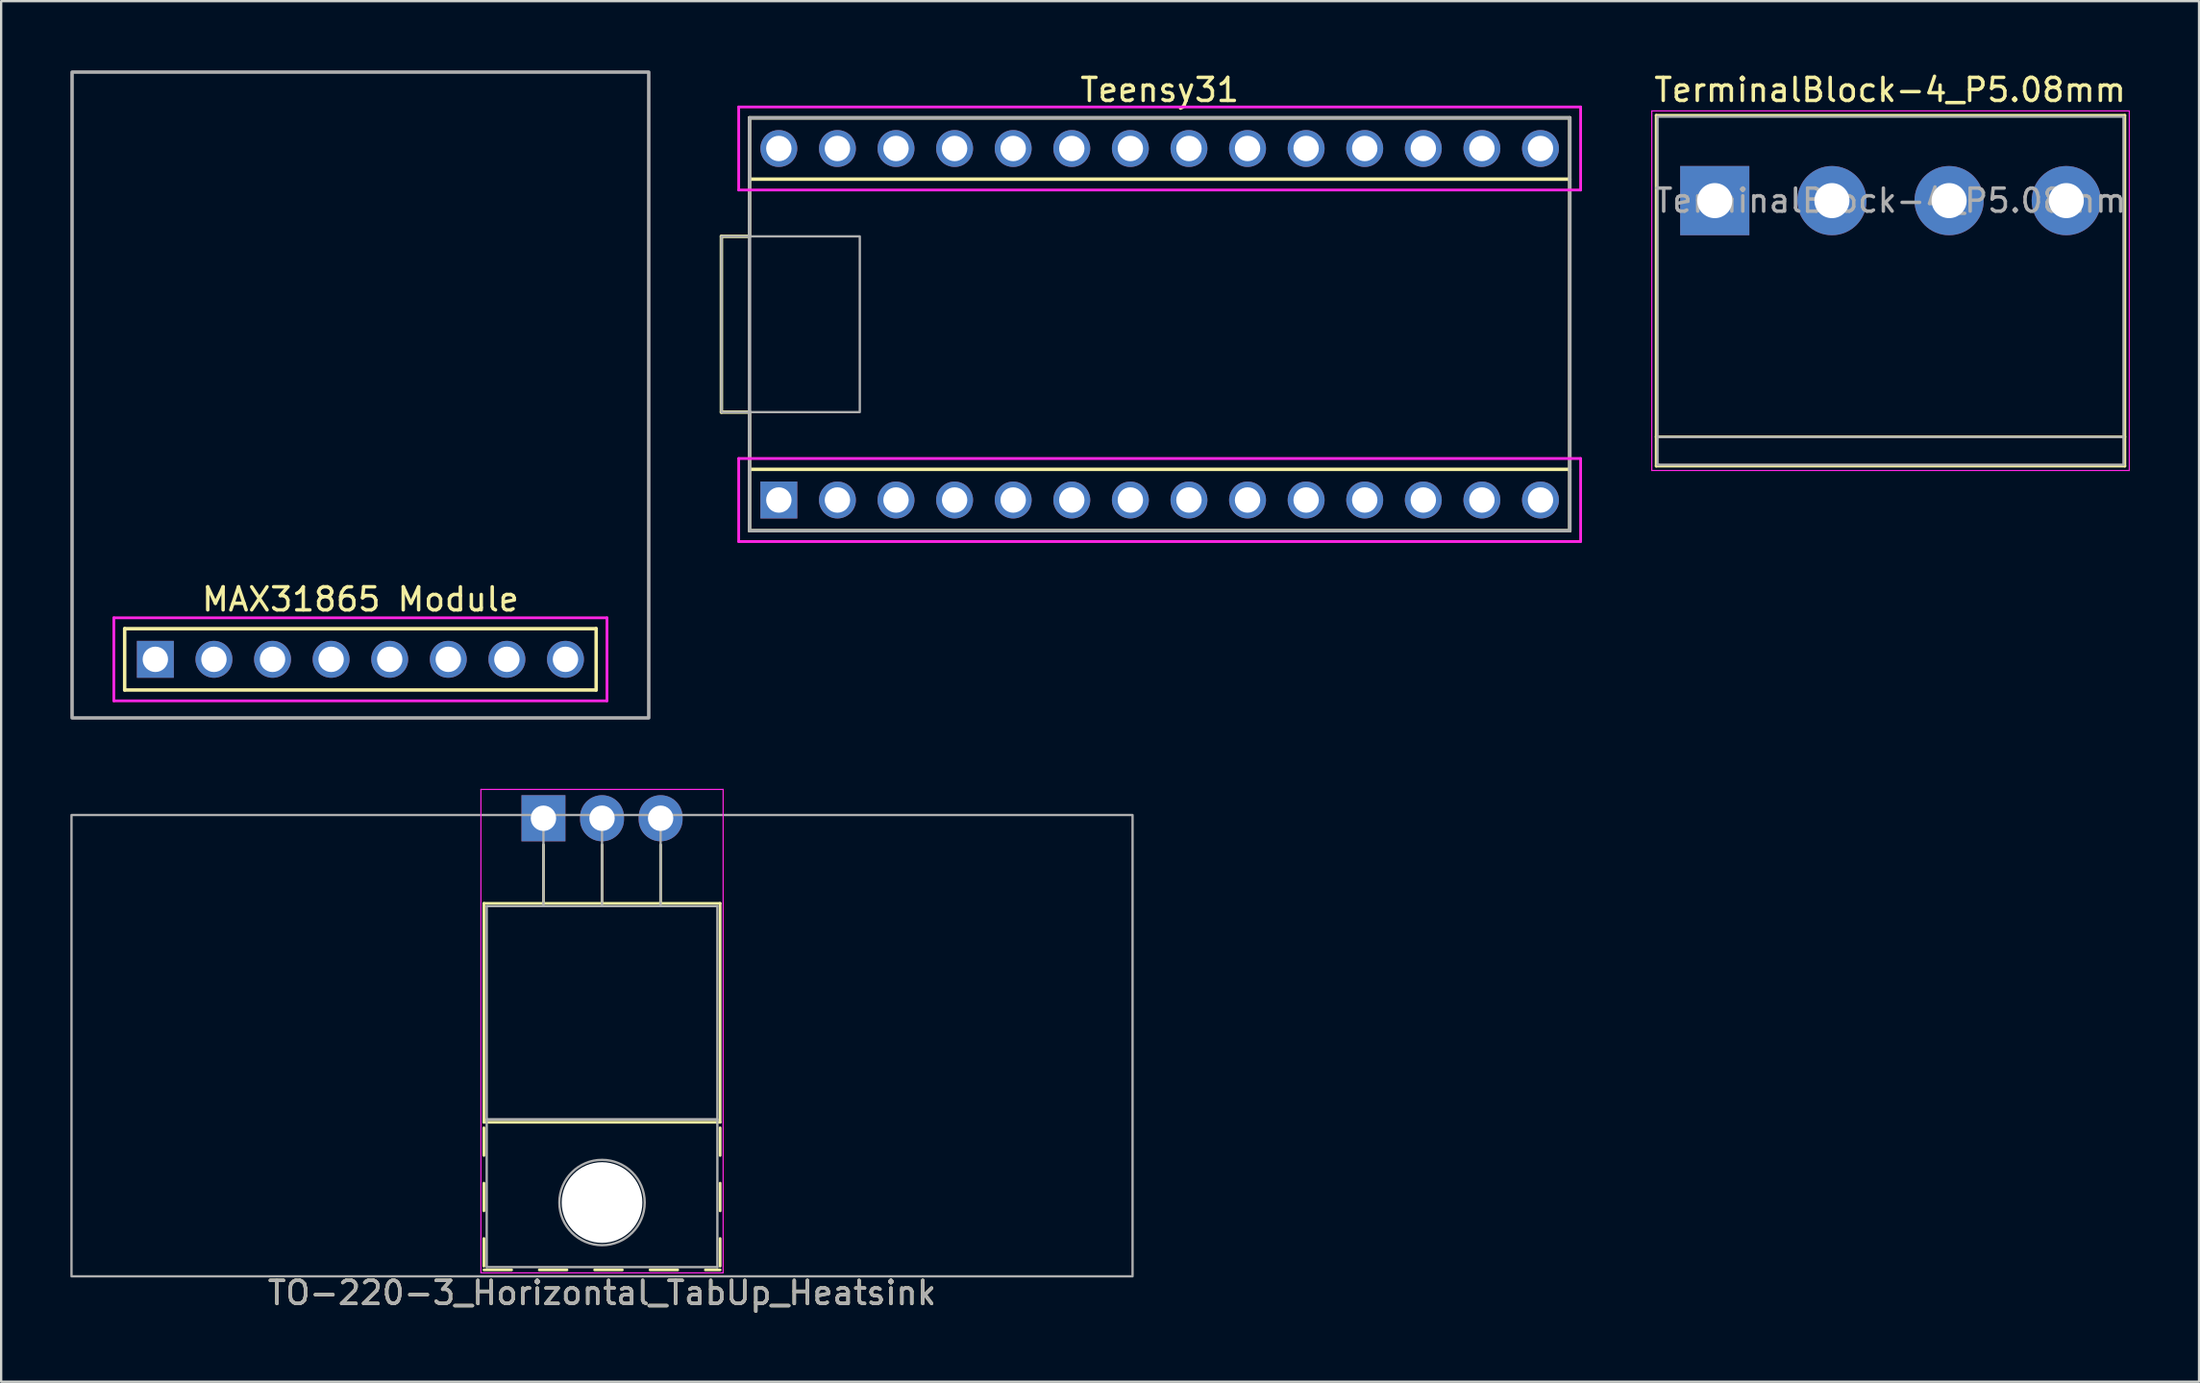
<source format=kicad_pcb>
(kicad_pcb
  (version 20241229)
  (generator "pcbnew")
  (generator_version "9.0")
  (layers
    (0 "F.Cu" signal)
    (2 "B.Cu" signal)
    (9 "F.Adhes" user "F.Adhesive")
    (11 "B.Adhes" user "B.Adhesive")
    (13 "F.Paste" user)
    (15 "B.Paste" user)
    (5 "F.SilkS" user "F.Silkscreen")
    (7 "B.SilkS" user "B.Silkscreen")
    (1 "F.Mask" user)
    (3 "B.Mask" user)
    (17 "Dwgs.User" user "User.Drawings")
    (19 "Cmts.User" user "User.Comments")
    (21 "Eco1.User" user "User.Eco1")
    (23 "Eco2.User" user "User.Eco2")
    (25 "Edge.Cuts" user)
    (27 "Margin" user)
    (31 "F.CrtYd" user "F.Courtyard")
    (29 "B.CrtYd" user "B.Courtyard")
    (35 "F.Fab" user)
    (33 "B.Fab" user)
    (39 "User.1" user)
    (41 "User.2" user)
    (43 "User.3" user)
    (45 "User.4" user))
  (footprint "Teensy31"
    (layer "F.Cu")
    (at 47.225 11.008)
    (property "Reference" "Teensy31" (at 0 -10.16 180) (layer "F.SilkS") (effects (font (size 1 1) (thickness 0.15))))
    (attr through_hole)
    (fp_line (start -19 -3.81) (end -19 3.81) (stroke (width 0.15) (type solid)) (layer "F.SilkS"))
    (fp_line (start -19 3.81) (end -17.78 3.81) (stroke (width 0.15) (type solid)) (layer "F.SilkS"))
    (fp_line (start -17.78 -8.95) (end -17.78 -6.29) (stroke (width 0.15) (type solid)) (layer "F.SilkS"))
    (fp_line (start -17.78 -8.95) (end 17.78 -8.95) (stroke (width 0.15) (type solid)) (layer "F.SilkS"))
    (fp_line (start -17.78 -6.29) (end -17.78 -3.81) (stroke (width 0.15) (type solid)) (layer "F.SilkS"))
    (fp_line (start -17.78 -6.29) (end 17.78 -6.29) (stroke (width 0.15) (type solid)) (layer "F.SilkS"))
    (fp_line (start -17.78 -3.81) (end -19 -3.81) (stroke (width 0.15) (type solid)) (layer "F.SilkS"))
    (fp_line (start -17.78 3.81) (end -17.78 6.29) (stroke (width 0.15) (type solid)) (layer "F.SilkS"))
    (fp_line (start -17.78 8.95) (end -17.78 6.29) (stroke (width 0.15) (type solid)) (layer "F.SilkS"))
    (fp_line (start 17.78 -8.95) (end 17.78 -6.29) (stroke (width 0.15) (type solid)) (layer "F.SilkS"))
    (fp_line (start 17.78 -6.29) (end 17.78 6.29) (stroke (width 0.15) (type solid)) (layer "F.SilkS"))
    (fp_line (start 17.78 6.29) (end -17.78 6.29) (stroke (width 0.15) (type solid)) (layer "F.SilkS"))
    (fp_line (start 17.78 6.29) (end 17.78 8.95) (stroke (width 0.15) (type solid)) (layer "F.SilkS"))
    (fp_line (start 17.78 8.95) (end -17.78 8.95) (stroke (width 0.15) (type solid)) (layer "F.SilkS"))
    (fp_line (start -18.25 -9.42) (end 18.25 -9.42) (stroke (width 0.12) (type solid)) (layer "F.CrtYd"))
    (fp_line (start -18.25 -5.82) (end -18.25 -9.42) (stroke (width 0.12) (type solid)) (layer "F.CrtYd"))
    (fp_line (start -18.25 -5.82) (end 18.25 -5.82) (stroke (width 0.12) (type solid)) (layer "F.CrtYd"))
    (fp_line (start -18.25 5.82) (end 18.25 5.82) (stroke (width 0.12) (type solid)) (layer "F.CrtYd"))
    (fp_line (start -18.25 9.42) (end -18.25 5.82) (stroke (width 0.12) (type solid)) (layer "F.CrtYd"))
    (fp_line (start -18.25 9.42) (end 18.25 9.42) (stroke (width 0.12) (type solid)) (layer "F.CrtYd"))
    (fp_line (start 18.25 -5.82) (end 18.25 -9.42) (stroke (width 0.12) (type solid)) (layer "F.CrtYd"))
    (fp_line (start 18.25 9.42) (end 18.25 5.82) (stroke (width 0.12) (type solid)) (layer "F.CrtYd"))
    (fp_rect (start -19 -3.81) (end -13 3.81) (stroke (width 0.1) (type solid)) (fill no) (layer "F.Fab"))
    (fp_rect (start -17.78 8.95) (end 17.78 -8.95) (stroke (width 0.15) (type solid)) (fill no) (layer "F.Fab"))
    (pad "1" thru_hole rect (at -16.51 7.62) (size 1.6 1.6) (drill 1.1) (layers "*.Cu" "*.Mask"))
    (pad "2" thru_hole circle (at -13.97 7.62) (size 1.6 1.6) (drill 1.1) (layers "*.Cu" "*.Mask"))
    (pad "3" thru_hole circle (at -11.43 7.62) (size 1.6 1.6) (drill 1.1) (layers "*.Cu" "*.Mask"))
    (pad "4" thru_hole circle (at -8.89 7.62) (size 1.6 1.6) (drill 1.1) (layers "*.Cu" "*.Mask"))
    (pad "5" thru_hole circle (at -6.35 7.62) (size 1.6 1.6) (drill 1.1) (layers "*.Cu" "*.Mask"))
    (pad "6" thru_hole circle (at -3.81 7.62) (size 1.6 1.6) (drill 1.1) (layers "*.Cu" "*.Mask"))
    (pad "7" thru_hole circle (at -1.27 7.62) (size 1.6 1.6) (drill 1.1) (layers "*.Cu" "*.Mask"))
    (pad "8" thru_hole circle (at 1.27 7.62) (size 1.6 1.6) (drill 1.1) (layers "*.Cu" "*.Mask"))
    (pad "9" thru_hole circle (at 3.81 7.62) (size 1.6 1.6) (drill 1.1) (layers "*.Cu" "*.Mask"))
    (pad "10" thru_hole circle (at 6.35 7.62) (size 1.6 1.6) (drill 1.1) (layers "*.Cu" "*.Mask"))
    (pad "11" thru_hole circle (at 8.89 7.62) (size 1.6 1.6) (drill 1.1) (layers "*.Cu" "*.Mask"))
    (pad "12" thru_hole circle (at 11.43 7.62) (size 1.6 1.6) (drill 1.1) (layers "*.Cu" "*.Mask"))
    (pad "13" thru_hole circle (at 13.97 7.62) (size 1.6 1.6) (drill 1.1) (layers "*.Cu" "*.Mask"))
    (pad "14" thru_hole circle (at 16.51 7.62) (size 1.6 1.6) (drill 1.1) (layers "*.Cu" "*.Mask"))
    (pad "15" thru_hole circle (at 16.51 -7.62) (size 1.6 1.6) (drill 1.1) (layers "*.Cu" "*.Mask"))
    (pad "16" thru_hole circle (at 13.97 -7.62) (size 1.6 1.6) (drill 1.1) (layers "*.Cu" "*.Mask"))
    (pad "17" thru_hole circle (at 11.43 -7.62) (size 1.6 1.6) (drill 1.1) (layers "*.Cu" "*.Mask"))
    (pad "18" thru_hole circle (at 8.89 -7.62) (size 1.6 1.6) (drill 1.1) (layers "*.Cu" "*.Mask"))
    (pad "19" thru_hole circle (at 6.35 -7.62) (size 1.6 1.6) (drill 1.1) (layers "*.Cu" "*.Mask"))
    (pad "20" thru_hole circle (at 3.81 -7.62) (size 1.6 1.6) (drill 1.1) (layers "*.Cu" "*.Mask"))
    (pad "21" thru_hole circle (at 1.27 -7.62) (size 1.6 1.6) (drill 1.1) (layers "*.Cu" "*.Mask"))
    (pad "22" thru_hole circle (at -1.27 -7.62) (size 1.6 1.6) (drill 1.1) (layers "*.Cu" "*.Mask"))
    (pad "23" thru_hole circle (at -3.81 -7.62) (size 1.6 1.6) (drill 1.1) (layers "*.Cu" "*.Mask"))
    (pad "24" thru_hole circle (at -6.35 -7.62) (size 1.6 1.6) (drill 1.1) (layers "*.Cu" "*.Mask"))
    (pad "25" thru_hole circle (at -8.89 -7.62) (size 1.6 1.6) (drill 1.1) (layers "*.Cu" "*.Mask"))
    (pad "26" thru_hole circle (at -11.43 -7.62) (size 1.6 1.6) (drill 1.1) (layers "*.Cu" "*.Mask"))
    (pad "27" thru_hole circle (at -13.97 -7.62) (size 1.6 1.6) (drill 1.1) (layers "*.Cu" "*.Mask"))
    (pad "28" thru_hole circle (at -16.51 -7.62) (size 1.6 1.6) (drill 1.1) (layers "*.Cu" "*.Mask")))
  (footprint "MAX31865 Module"
    (layer "F.Cu")
    (at 12.575 25.535)
    (property "Reference" "MAX31865 Module" (at 0 -2.6 180) (layer "F.SilkS") (effects (font (size 1 1) (thickness 0.15))))
    (attr through_hole)
    (fp_line (start -10.22 -1.33) (end -10.22 1.33) (stroke (width 0.15) (type solid)) (layer "F.SilkS"))
    (fp_line (start -10.22 -1.33) (end 10.22 -1.33) (stroke (width 0.15) (type solid)) (layer "F.SilkS"))
    (fp_line (start -10.22 1.33) (end 10.22 1.33) (stroke (width 0.15) (type solid)) (layer "F.SilkS"))
    (fp_line (start 10.22 1.33) (end 10.22 -1.33) (stroke (width 0.15) (type solid)) (layer "F.SilkS"))
    (fp_line (start -10.69 -1.8) (end -10.69 1.8) (stroke (width 0.12) (type solid)) (layer "F.CrtYd"))
    (fp_line (start -10.69 -1.8) (end 10.69 -1.8) (stroke (width 0.12) (type solid)) (layer "F.CrtYd"))
    (fp_line (start -10.69 1.8) (end 10.69 1.8) (stroke (width 0.12) (type solid)) (layer "F.CrtYd"))
    (fp_line (start 10.69 1.8) (end 10.69 -1.8) (stroke (width 0.12) (type solid)) (layer "F.CrtYd"))
    (fp_rect (start -12.5 -25.46) (end 12.5 2.54) (stroke (width 0.15) (type solid)) (fill no) (layer "F.Fab"))
    (pad "1" thru_hole rect (at -8.89 0) (size 1.6 1.6) (drill 1.1) (layers "*.Cu" "*.Mask"))
    (pad "2" thru_hole circle (at -6.35 0) (size 1.6 1.6) (drill 1.1) (layers "*.Cu" "*.Mask"))
    (pad "3" thru_hole circle (at -3.81 0) (size 1.6 1.6) (drill 1.1) (layers "*.Cu" "*.Mask"))
    (pad "4" thru_hole circle (at -1.27 0) (size 1.6 1.6) (drill 1.1) (layers "*.Cu" "*.Mask"))
    (pad "5" thru_hole circle (at 1.27 0) (size 1.6 1.6) (drill 1.1) (layers "*.Cu" "*.Mask"))
    (pad "6" thru_hole circle (at 3.81 0) (size 1.6 1.6) (drill 1.1) (layers "*.Cu" "*.Mask"))
    (pad "7" thru_hole circle (at 6.35 0) (size 1.6 1.6) (drill 1.1) (layers "*.Cu" "*.Mask"))
    (pad "8" thru_hole circle (at 8.89 0) (size 1.6 1.6) (drill 1.1) (layers "*.Cu" "*.Mask")))
  (footprint "TerminalBlock-4_P5.08mm"
    (layer "F.Cu")
    (at 71.29 5.648)
    (property "Reference" "TerminalBlock-4_P5.08mm" (at 7.6 -4.8 0) (layer "F.SilkS") (effects (font (size 1 1) (thickness 0.15))))
    (attr through_hole)
    (fp_line (start -2.54 -3.7) (end -2.54 11.51) (stroke (width 0.12) (type solid)) (layer "F.SilkS"))
    (fp_line (start -2.54 -3.7) (end 17.78 -3.7) (stroke (width 0.12) (type solid)) (layer "F.SilkS"))
    (fp_line (start -2.54 11.51) (end 17.78 11.51) (stroke (width 0.12) (type solid)) (layer "F.SilkS"))
    (fp_line (start 17.78 10.24) (end -2.54 10.24) (stroke (width 0.12) (type solid)) (layer "F.SilkS"))
    (fp_line (start 17.78 11.51) (end 17.78 -3.7) (stroke (width 0.12) (type solid)) (layer "F.SilkS"))
    (fp_line (start -2.73 -3.89) (end -2.73 11.7) (stroke (width 0.05) (type solid)) (layer "F.CrtYd"))
    (fp_line (start -2.73 -3.89) (end 17.97 -3.89) (stroke (width 0.05) (type solid)) (layer "F.CrtYd"))
    (fp_line (start 17.97 11.7) (end -2.73 11.7) (stroke (width 0.05) (type solid)) (layer "F.CrtYd"))
    (fp_line (start 17.97 11.7) (end 17.97 -3.89) (stroke (width 0.05) (type solid)) (layer "F.CrtYd"))
    (fp_line (start -2.48 -3.64) (end 17.72 -3.64) (stroke (width 0.1) (type solid)) (layer "F.Fab"))
    (fp_line (start -2.48 10.25) (end 17.72 10.25) (stroke (width 0.1) (type solid)) (layer "F.Fab"))
    (fp_line (start -2.48 11.45) (end -2.48 -3.64) (stroke (width 0.1) (type solid)) (layer "F.Fab"))
    (fp_line (start -2.43 11.45) (end -2.48 11.45) (stroke (width 0.1) (type solid)) (layer "F.Fab"))
    (fp_line (start 17.72 -3.64) (end 17.72 11.45) (stroke (width 0.1) (type solid)) (layer "F.Fab"))
    (fp_line (start 17.72 11.45) (end -2.43 11.45) (stroke (width 0.1) (type solid)) (layer "F.Fab"))
    (fp_text user "${REFERENCE}" (at 7.62 0 0) (layer "F.Fab") (effects (font (size 1 1) (thickness 0.15))))
    (pad "1" thru_hole rect (at 0 0) (size 3 3) (drill 1.52) (layers "*.Cu" "*.Mask"))
    (pad "2" thru_hole circle (at 5.08 0) (size 3 3) (drill 1.52) (layers "*.Cu" "*.Mask"))
    (pad "3" thru_hole circle (at 10.16 0) (size 3 3) (drill 1.52) (layers "*.Cu" "*.Mask"))
    (pad "4" thru_hole circle (at 15.24 0) (size 3 3) (drill 1.52) (layers "*.Cu" "*.Mask")))
  (footprint "TO-220-3_Horizontal_TabUp_Heatsink"
    (layer "F.Cu")
    (at 20.51 32.425)
    (property "Reference" "TO-220-3_Horizontal_TabUp_Heatsink" (at 2.54 20.58 0) (layer "F.SilkS") (effects (font (size 1 1) (thickness 0.15))))
    (attr through_hole)
    (fp_line (start -2.58 3.69) (end -2.58 13.18) (stroke (width 0.12) (type solid)) (layer "F.SilkS"))
    (fp_line (start -2.58 3.69) (end 7.66 3.69) (stroke (width 0.12) (type solid)) (layer "F.SilkS"))
    (fp_line (start -2.58 13.18) (end 7.66 13.18) (stroke (width 0.12) (type solid)) (layer "F.SilkS"))
    (fp_line (start -2.58 13.42) (end -2.58 14.62) (stroke (width 0.12) (type solid)) (layer "F.SilkS"))
    (fp_line (start -2.58 15.82) (end -2.58 17.02) (stroke (width 0.12) (type solid)) (layer "F.SilkS"))
    (fp_line (start -2.58 18.22) (end -2.58 19.42) (stroke (width 0.12) (type solid)) (layer "F.SilkS"))
    (fp_line (start -2.58 19.58) (end -1.38 19.58) (stroke (width 0.12) (type solid)) (layer "F.SilkS"))
    (fp_line (start -0.181 19.58) (end 1.02 19.58) (stroke (width 0.12) (type solid)) (layer "F.SilkS"))
    (fp_line (start 0 1.15) (end 0 3.69) (stroke (width 0.12) (type solid)) (layer "F.SilkS"))
    (fp_line (start 2.22 19.58) (end 3.42 19.58) (stroke (width 0.12) (type solid)) (layer "F.SilkS"))
    (fp_line (start 2.54 1.15) (end 2.54 3.69) (stroke (width 0.12) (type solid)) (layer "F.SilkS"))
    (fp_line (start 4.62 19.58) (end 5.82 19.58) (stroke (width 0.12) (type solid)) (layer "F.SilkS"))
    (fp_line (start 5.08 1.15) (end 5.08 3.69) (stroke (width 0.12) (type solid)) (layer "F.SilkS"))
    (fp_line (start 7.02 19.58) (end 7.66 19.58) (stroke (width 0.12) (type solid)) (layer "F.SilkS"))
    (fp_line (start 7.66 3.69) (end 7.66 13.18) (stroke (width 0.12) (type solid)) (layer "F.SilkS"))
    (fp_line (start 7.66 13.42) (end 7.66 14.62) (stroke (width 0.12) (type solid)) (layer "F.SilkS"))
    (fp_line (start 7.66 15.82) (end 7.66 17.02) (stroke (width 0.12) (type solid)) (layer "F.SilkS"))
    (fp_line (start 7.66 18.22) (end 7.66 19.42) (stroke (width 0.12) (type solid)) (layer "F.SilkS"))
    (fp_line (start -2.71 -1.25) (end -2.71 19.71) (stroke (width 0.05) (type solid)) (layer "F.CrtYd"))
    (fp_line (start -2.71 19.71) (end 7.79 19.71) (stroke (width 0.05) (type solid)) (layer "F.CrtYd"))
    (fp_line (start 7.79 -1.25) (end -2.71 -1.25) (stroke (width 0.05) (type solid)) (layer "F.CrtYd"))
    (fp_line (start 7.79 19.71) (end 7.79 -1.25) (stroke (width 0.05) (type solid)) (layer "F.CrtYd"))
    (fp_line (start -2.46 3.81) (end -2.46 13.06) (stroke (width 0.1) (type solid)) (layer "F.Fab"))
    (fp_line (start -2.46 13.06) (end -2.46 19.46) (stroke (width 0.1) (type solid)) (layer "F.Fab"))
    (fp_line (start -2.46 13.06) (end 7.54 13.06) (stroke (width 0.1) (type solid)) (layer "F.Fab"))
    (fp_line (start -2.46 19.46) (end 7.54 19.46) (stroke (width 0.1) (type solid)) (layer "F.Fab"))
    (fp_line (start 0 3.81) (end 0 0) (stroke (width 0.1) (type solid)) (layer "F.Fab"))
    (fp_line (start 2.54 3.81) (end 2.54 0) (stroke (width 0.1) (type solid)) (layer "F.Fab"))
    (fp_line (start 5.08 3.81) (end 5.08 0) (stroke (width 0.1) (type solid)) (layer "F.Fab"))
    (fp_line (start 7.54 3.81) (end -2.46 3.81) (stroke (width 0.1) (type solid)) (layer "F.Fab"))
    (fp_line (start 7.54 13.06) (end -2.46 13.06) (stroke (width 0.1) (type solid)) (layer "F.Fab"))
    (fp_line (start 7.54 13.06) (end 7.54 3.81) (stroke (width 0.1) (type solid)) (layer "F.Fab"))
    (fp_line (start 7.54 19.46) (end 7.54 13.06) (stroke (width 0.1) (type solid)) (layer "F.Fab"))
    (fp_rect (start -20.46 -0.14) (end 25.54 19.86) (stroke (width 0.1) (type solid)) (fill no) (layer "F.Fab"))
    (fp_circle (center 2.54 16.66) (end 4.39 16.66) (stroke (width 0.1) (type solid)) (fill no) (layer "F.Fab"))
    (fp_text user "${REFERENCE}" (at 2.54 20.58 0) (layer "F.Fab") (effects (font (size 1 1) (thickness 0.15))))
    (pad "" np_thru_hole oval (at 2.54 16.66) (size 3.5 3.5) (drill 3.5) (layers "*.Cu" "*.Mask"))
    (pad "1" thru_hole rect (at 0 0) (size 1.905 2) (drill 1.1) (layers "*.Cu" "*.Mask"))
    (pad "2" thru_hole oval (at 2.54 0) (size 1.905 2) (drill 1.1) (layers "*.Cu" "*.Mask"))
    (pad "3" thru_hole oval (at 5.08 0) (size 1.905 2) (drill 1.1) (layers "*.Cu" "*.Mask")))
  (gr_rect
    (start -3 -3)
    (end 92.285 56.853)
    (stroke (width 0.1) (type default))
    (fill no)
    (layer "Edge.Cuts")))
</source>
